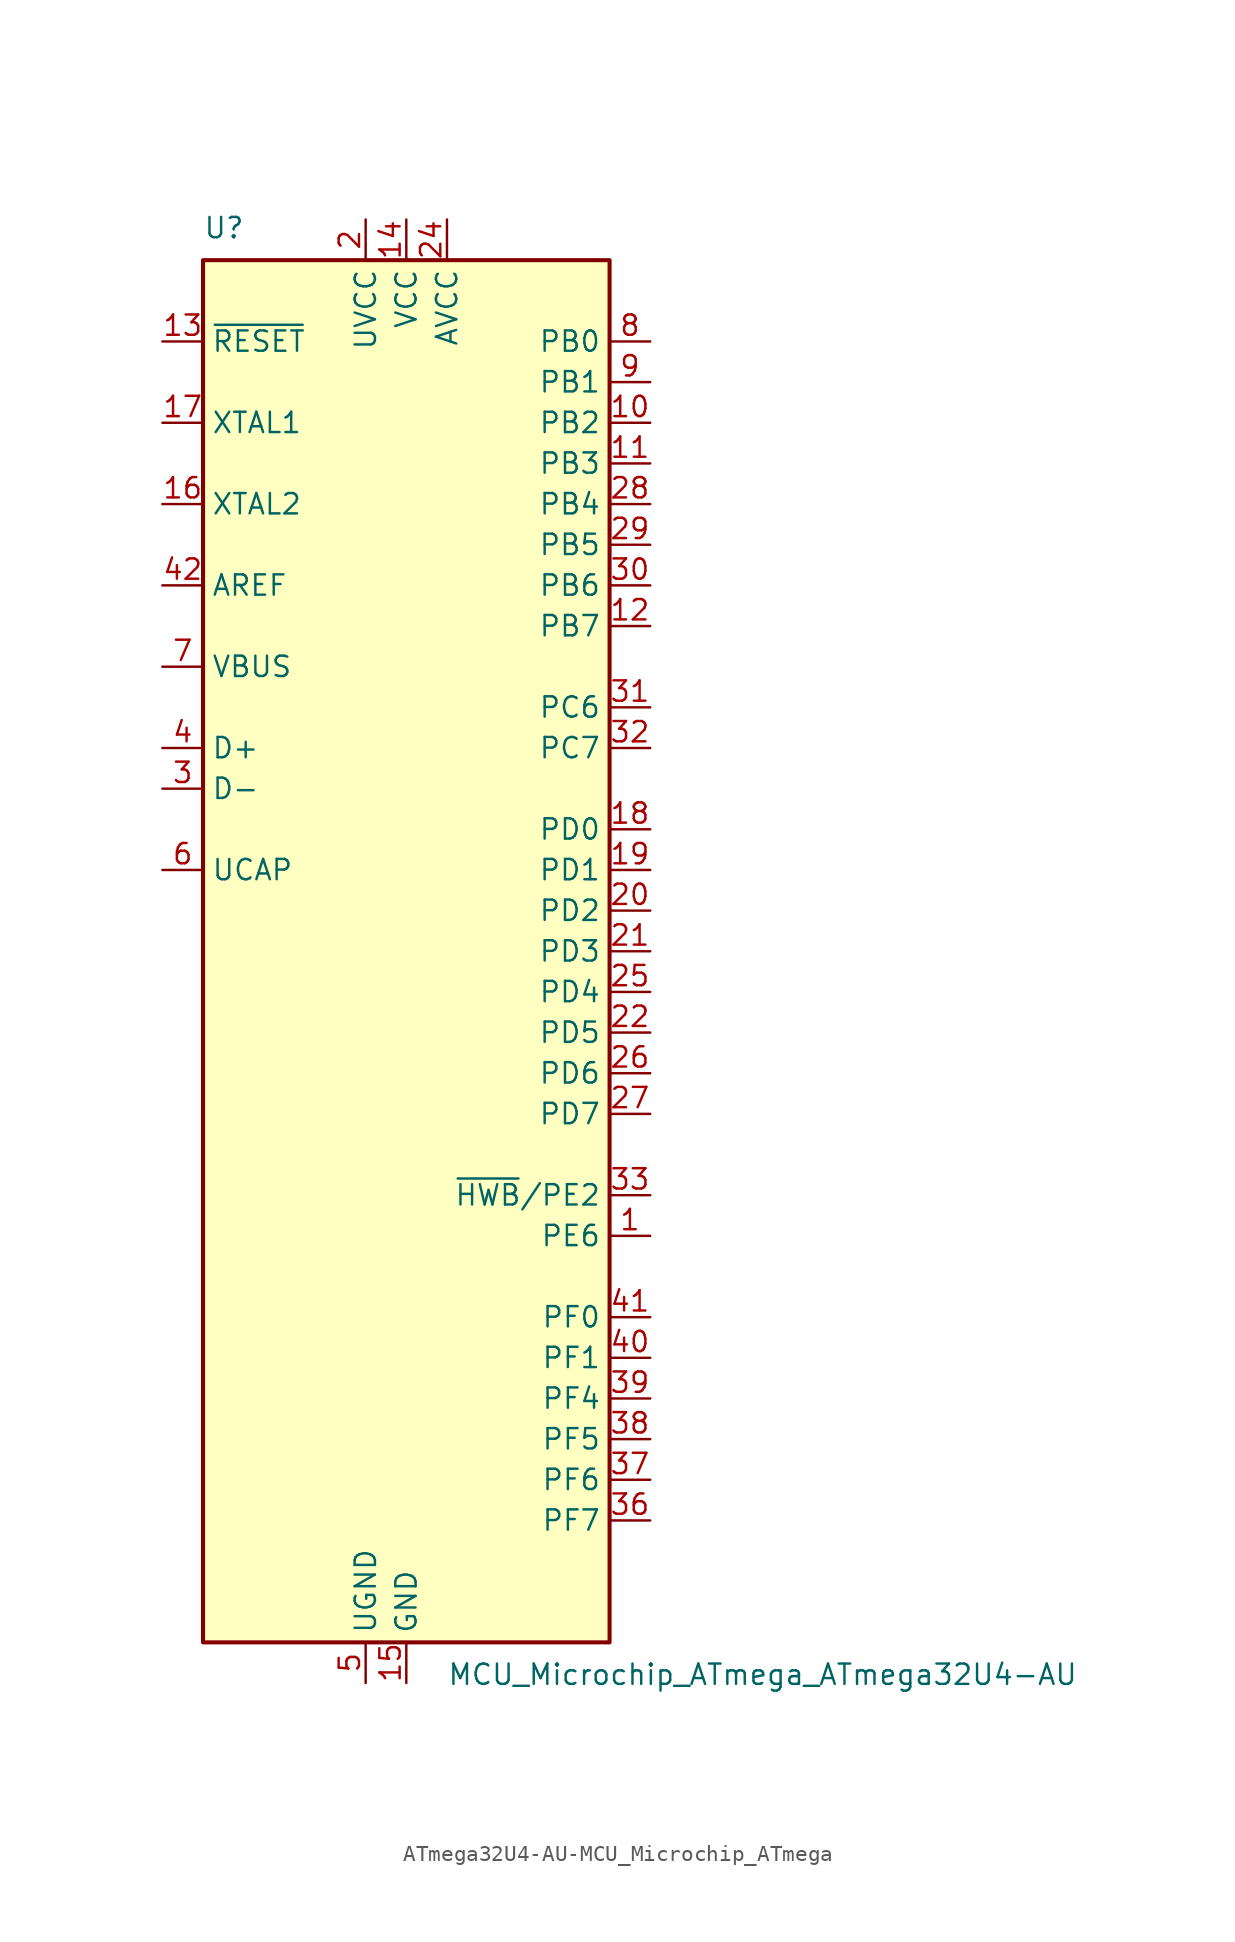
<source format=kicad_sym>
(kicad_symbol_lib
  (version 20220914)
  (generator kicad_symbol_editor)
  (symbol "ATmega32U4-AU-MCU_Microchip_ATmega"
    (property "Reference" "U"
      (at -12.7 44.45 0)
      (effects (font (size 1.27 1.27)) (justify left bottom)))
    (property "Value" "MCU_Microchip_ATmega_ATmega32U4-AU"
      (at 2.54 -44.45 0)
      (effects (font (size 1.27 1.27)) (justify left top)))
    (symbol "ATmega32U4-AU-MCU_Microchip_ATmega_0_1"
      (rectangle (start -12.7 -43.18) (end 12.7 43.18) (stroke (width 0.254) (type solid)) (fill (type background))))
    (symbol "ATmega32U4-AU-MCU_Microchip_ATmega_1_1"
      (pin bidirectional line (at 15.24 -17.78 180) (length 2.54) (name "PE6" (effects (font (size 1.27 1.27)))) (number "1" (effects (font (size 1.27 1.27)))))
      (pin bidirectional line (at 15.24 33.02 180) (length 2.54) (name "PB2" (effects (font (size 1.27 1.27)))) (number "10" (effects (font (size 1.27 1.27)))))
      (pin bidirectional line (at 15.24 30.48 180) (length 2.54) (name "PB3" (effects (font (size 1.27 1.27)))) (number "11" (effects (font (size 1.27 1.27)))))
      (pin bidirectional line (at 15.24 20.32 180) (length 2.54) (name "PB7" (effects (font (size 1.27 1.27)))) (number "12" (effects (font (size 1.27 1.27)))))
      (pin input line (at -15.24 38.1 0) (length 2.54) (name "~{RESET}" (effects (font (size 1.27 1.27)))) (number "13" (effects (font (size 1.27 1.27)))))
      (pin power_in line (at 0 45.72 270) (length 2.54) (name "VCC" (effects (font (size 1.27 1.27)))) (number "14" (effects (font (size 1.27 1.27)))))
      (pin power_in line (at 0 -45.72 90) (length 2.54) (name "GND" (effects (font (size 1.27 1.27)))) (number "15" (effects (font (size 1.27 1.27)))))
      (pin output line (at -15.24 27.94 0) (length 2.54) (name "XTAL2" (effects (font (size 1.27 1.27)))) (number "16" (effects (font (size 1.27 1.27)))))
      (pin input line (at -15.24 33.02 0) (length 2.54) (name "XTAL1" (effects (font (size 1.27 1.27)))) (number "17" (effects (font (size 1.27 1.27)))))
      (pin bidirectional line (at 15.24 7.62 180) (length 2.54) (name "PD0" (effects (font (size 1.27 1.27)))) (number "18" (effects (font (size 1.27 1.27)))))
      (pin bidirectional line (at 15.24 5.08 180) (length 2.54) (name "PD1" (effects (font (size 1.27 1.27)))) (number "19" (effects (font (size 1.27 1.27)))))
      (pin power_in line (at -2.54 45.72 270) (length 2.54) (name "UVCC" (effects (font (size 1.27 1.27)))) (number "2" (effects (font (size 1.27 1.27)))))
      (pin bidirectional line (at 15.24 2.54 180) (length 2.54) (name "PD2" (effects (font (size 1.27 1.27)))) (number "20" (effects (font (size 1.27 1.27)))))
      (pin bidirectional line (at 15.24 0 180) (length 2.54) (name "PD3" (effects (font (size 1.27 1.27)))) (number "21" (effects (font (size 1.27 1.27)))))
      (pin bidirectional line (at 15.24 -5.08 180) (length 2.54) (name "PD5" (effects (font (size 1.27 1.27)))) (number "22" (effects (font (size 1.27 1.27)))))
      (pin passive line (at 0 -45.72 90) (length 2.54) hide (name "GND" (effects (font (size 1.27 1.27)))) (number "23" (effects (font (size 1.27 1.27)))))
      (pin power_in line (at 2.54 45.72 270) (length 2.54) (name "AVCC" (effects (font (size 1.27 1.27)))) (number "24" (effects (font (size 1.27 1.27)))))
      (pin bidirectional line (at 15.24 -2.54 180) (length 2.54) (name "PD4" (effects (font (size 1.27 1.27)))) (number "25" (effects (font (size 1.27 1.27)))))
      (pin bidirectional line (at 15.24 -7.62 180) (length 2.54) (name "PD6" (effects (font (size 1.27 1.27)))) (number "26" (effects (font (size 1.27 1.27)))))
      (pin bidirectional line (at 15.24 -10.16 180) (length 2.54) (name "PD7" (effects (font (size 1.27 1.27)))) (number "27" (effects (font (size 1.27 1.27)))))
      (pin bidirectional line (at 15.24 27.94 180) (length 2.54) (name "PB4" (effects (font (size 1.27 1.27)))) (number "28" (effects (font (size 1.27 1.27)))))
      (pin bidirectional line (at 15.24 25.4 180) (length 2.54) (name "PB5" (effects (font (size 1.27 1.27)))) (number "29" (effects (font (size 1.27 1.27)))))
      (pin bidirectional line (at -15.24 10.16 0) (length 2.54) (name "D-" (effects (font (size 1.27 1.27)))) (number "3" (effects (font (size 1.27 1.27)))))
      (pin bidirectional line (at 15.24 22.86 180) (length 2.54) (name "PB6" (effects (font (size 1.27 1.27)))) (number "30" (effects (font (size 1.27 1.27)))))
      (pin bidirectional line (at 15.24 15.24 180) (length 2.54) (name "PC6" (effects (font (size 1.27 1.27)))) (number "31" (effects (font (size 1.27 1.27)))))
      (pin bidirectional line (at 15.24 12.7 180) (length 2.54) (name "PC7" (effects (font (size 1.27 1.27)))) (number "32" (effects (font (size 1.27 1.27)))))
      (pin bidirectional line (at 15.24 -15.24 180) (length 2.54) (name "~{HWB}/PE2" (effects (font (size 1.27 1.27)))) (number "33" (effects (font (size 1.27 1.27)))))
      (pin passive line (at 0 45.72 270) (length 2.54) hide (name "VCC" (effects (font (size 1.27 1.27)))) (number "34" (effects (font (size 1.27 1.27)))))
      (pin passive line (at 0 -45.72 90) (length 2.54) hide (name "GND" (effects (font (size 1.27 1.27)))) (number "35" (effects (font (size 1.27 1.27)))))
      (pin bidirectional line (at 15.24 -35.56 180) (length 2.54) (name "PF7" (effects (font (size 1.27 1.27)))) (number "36" (effects (font (size 1.27 1.27)))))
      (pin bidirectional line (at 15.24 -33.02 180) (length 2.54) (name "PF6" (effects (font (size 1.27 1.27)))) (number "37" (effects (font (size 1.27 1.27)))))
      (pin bidirectional line (at 15.24 -30.48 180) (length 2.54) (name "PF5" (effects (font (size 1.27 1.27)))) (number "38" (effects (font (size 1.27 1.27)))))
      (pin bidirectional line (at 15.24 -27.94 180) (length 2.54) (name "PF4" (effects (font (size 1.27 1.27)))) (number "39" (effects (font (size 1.27 1.27)))))
      (pin bidirectional line (at -15.24 12.7 0) (length 2.54) (name "D+" (effects (font (size 1.27 1.27)))) (number "4" (effects (font (size 1.27 1.27)))))
      (pin bidirectional line (at 15.24 -25.4 180) (length 2.54) (name "PF1" (effects (font (size 1.27 1.27)))) (number "40" (effects (font (size 1.27 1.27)))))
      (pin bidirectional line (at 15.24 -22.86 180) (length 2.54) (name "PF0" (effects (font (size 1.27 1.27)))) (number "41" (effects (font (size 1.27 1.27)))))
      (pin passive line (at -15.24 22.86 0) (length 2.54) (name "AREF" (effects (font (size 1.27 1.27)))) (number "42" (effects (font (size 1.27 1.27)))))
      (pin passive line (at 0 -45.72 90) (length 2.54) hide (name "GND" (effects (font (size 1.27 1.27)))) (number "43" (effects (font (size 1.27 1.27)))))
      (pin passive line (at 2.54 45.72 270) (length 2.54) hide (name "AVCC" (effects (font (size 1.27 1.27)))) (number "44" (effects (font (size 1.27 1.27)))))
      (pin passive line (at -2.54 -45.72 90) (length 2.54) (name "UGND" (effects (font (size 1.27 1.27)))) (number "5" (effects (font (size 1.27 1.27)))))
      (pin passive line (at -15.24 5.08 0) (length 2.54) (name "UCAP" (effects (font (size 1.27 1.27)))) (number "6" (effects (font (size 1.27 1.27)))))
      (pin input line (at -15.24 17.78 0) (length 2.54) (name "VBUS" (effects (font (size 1.27 1.27)))) (number "7" (effects (font (size 1.27 1.27)))))
      (pin bidirectional line (at 15.24 38.1 180) (length 2.54) (name "PB0" (effects (font (size 1.27 1.27)))) (number "8" (effects (font (size 1.27 1.27)))))
      (pin bidirectional line (at 15.24 35.56 180) (length 2.54) (name "PB1" (effects (font (size 1.27 1.27)))) (number "9" (effects (font (size 1.27 1.27))))))))
</source>
